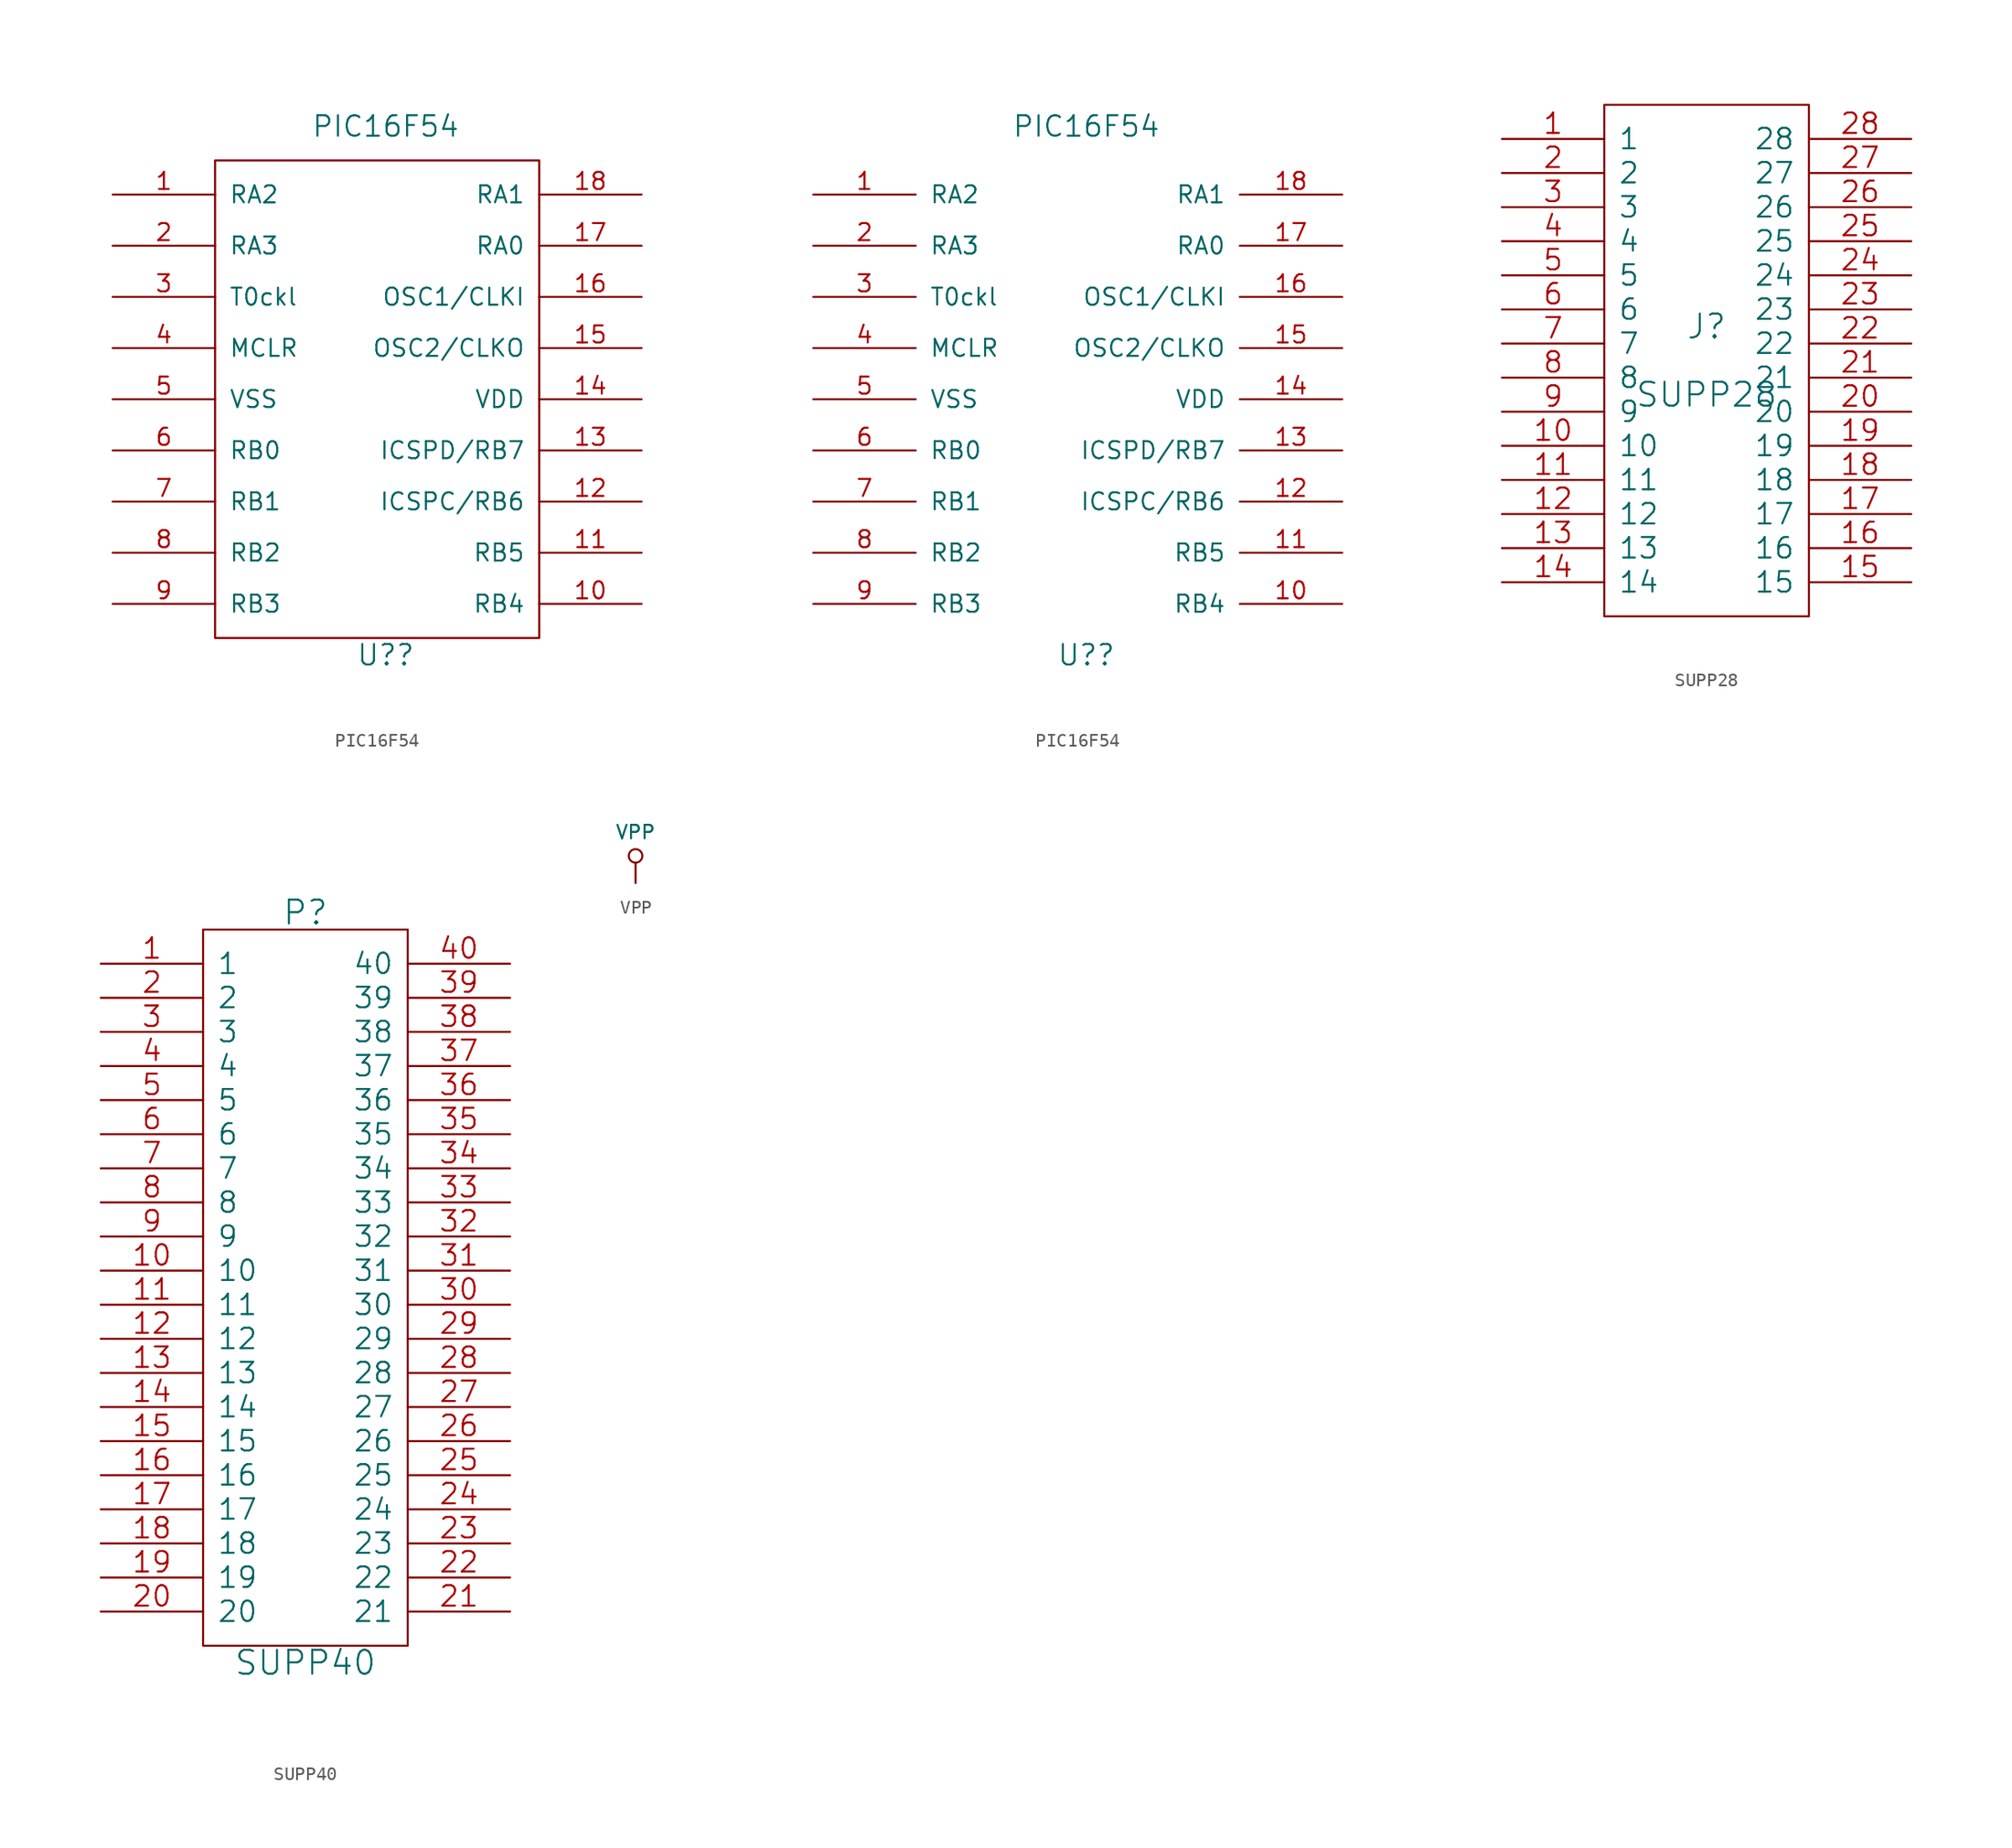
<source format=kicad_sym>
(kicad_symbol_lib
  (version 20241209)
  (generator "kicad_symbol_editor")
  (generator_version "9.0")
  (symbol "PIC16F54"
    (pin_names
      (offset 1.016))
    (property "Reference" "U?"
      (at 0 -19.05 0)
      (effects (font (size 1.524 1.524))))
    (property "Value" "PIC16F54"
      (at 0 20.32 0)
      (effects (font (size 1.524 1.524))))
    (property "Footprint" ""
      (at 0 0 0)
      (effects (font (size 1.524 1.524))))
    (property "Datasheet" ""
      (at 0 0 0)
      (effects (font (size 1.524 1.524))))
    (symbol "PIC16F54_0_1"
      (rectangle (start -12.7 17.78) (end 11.43 -17.78) (stroke (width 0) (type default)) (fill (type none))))
    (symbol "PIC16F54_1_1"
      (pin bidirectional line (at -20.32 15.24 0) (length 7.62) (name "RA2" (effects (font (size 1.27 1.27)))) (number "1" (effects (font (size 1.27 1.27)))))
      (pin bidirectional line (at -20.32 11.43 0) (length 7.62) (name "RA3" (effects (font (size 1.27 1.27)))) (number "2" (effects (font (size 1.27 1.27)))))
      (pin output line (at -20.32 7.62 0) (length 7.62) (name "T0ckl" (effects (font (size 1.27 1.27)))) (number "3" (effects (font (size 1.27 1.27)))))
      (pin input line (at -20.32 3.81 0) (length 7.62) (name "MCLR" (effects (font (size 1.27 1.27)))) (number "4" (effects (font (size 1.27 1.27)))))
      (pin power_in line (at -20.32 0 0) (length 7.62) (name "VSS" (effects (font (size 1.27 1.27)))) (number "5" (effects (font (size 1.27 1.27)))))
      (pin bidirectional line (at -20.32 -3.81 0) (length 7.62) (name "RB0" (effects (font (size 1.27 1.27)))) (number "6" (effects (font (size 1.27 1.27)))))
      (pin bidirectional line (at -20.32 -7.62 0) (length 7.62) (name "RB1" (effects (font (size 1.27 1.27)))) (number "7" (effects (font (size 1.27 1.27)))))
      (pin bidirectional line (at -20.32 -11.43 0) (length 7.62) (name "RB2" (effects (font (size 1.27 1.27)))) (number "8" (effects (font (size 1.27 1.27)))))
      (pin bidirectional line (at -20.32 -15.24 0) (length 7.62) (name "RB3" (effects (font (size 1.27 1.27)))) (number "9" (effects (font (size 1.27 1.27)))))
      (pin bidirectional line (at 19.05 15.24 180) (length 7.62) (name "RA1" (effects (font (size 1.27 1.27)))) (number "18" (effects (font (size 1.27 1.27)))))
      (pin bidirectional line (at 19.05 11.43 180) (length 7.62) (name "RA0" (effects (font (size 1.27 1.27)))) (number "17" (effects (font (size 1.27 1.27)))))
      (pin input line (at 19.05 7.62 180) (length 7.62) (name "OSC1/CLKI" (effects (font (size 1.27 1.27)))) (number "16" (effects (font (size 1.27 1.27)))))
      (pin output line (at 19.05 3.81 180) (length 7.62) (name "OSC2/CLKO" (effects (font (size 1.27 1.27)))) (number "15" (effects (font (size 1.27 1.27)))))
      (pin power_in line (at 19.05 0 180) (length 7.62) (name "VDD" (effects (font (size 1.27 1.27)))) (number "14" (effects (font (size 1.27 1.27)))))
      (pin bidirectional line (at 19.05 -3.81 180) (length 7.62) (name "ICSPD/RB7" (effects (font (size 1.27 1.27)))) (number "13" (effects (font (size 1.27 1.27)))))
      (pin bidirectional line (at 19.05 -7.62 180) (length 7.62) (name "ICSPC/RB6" (effects (font (size 1.27 1.27)))) (number "12" (effects (font (size 1.27 1.27)))))
      (pin bidirectional line (at 19.05 -11.43 180) (length 7.62) (name "RB5" (effects (font (size 1.27 1.27)))) (number "11" (effects (font (size 1.27 1.27)))))
      (pin bidirectional line (at 19.05 -15.24 180) (length 7.62) (name "RB4" (effects (font (size 1.27 1.27)))) (number "10" (effects (font (size 1.27 1.27))))))
    (symbol "PIC16F54_1_2"
      (pin bidirectional line (at -20.32 15.24 0) (length 7.62) (name "RA2" (effects (font (size 1.27 1.27)))) (number "1" (effects (font (size 1.27 1.27)))))
      (pin bidirectional line (at -20.32 11.43 0) (length 7.62) (name "RA3" (effects (font (size 1.27 1.27)))) (number "2" (effects (font (size 1.27 1.27)))))
      (pin output line (at -20.32 7.62 0) (length 7.62) (name "T0ckl" (effects (font (size 1.27 1.27)))) (number "3" (effects (font (size 1.27 1.27)))))
      (pin input line (at -20.32 3.81 0) (length 7.62) (name "MCLR" (effects (font (size 1.27 1.27)))) (number "4" (effects (font (size 1.27 1.27)))))
      (pin power_in line (at -20.32 0 0) (length 7.62) (name "VSS" (effects (font (size 1.27 1.27)))) (number "5" (effects (font (size 1.27 1.27)))))
      (pin bidirectional line (at -20.32 -3.81 0) (length 7.62) (name "RB0" (effects (font (size 1.27 1.27)))) (number "6" (effects (font (size 1.27 1.27)))))
      (pin bidirectional line (at -20.32 -7.62 0) (length 7.62) (name "RB1" (effects (font (size 1.27 1.27)))) (number "7" (effects (font (size 1.27 1.27)))))
      (pin bidirectional line (at -20.32 -11.43 0) (length 7.62) (name "RB2" (effects (font (size 1.27 1.27)))) (number "8" (effects (font (size 1.27 1.27)))))
      (pin bidirectional line (at -20.32 -15.24 0) (length 7.62) (name "RB3" (effects (font (size 1.27 1.27)))) (number "9" (effects (font (size 1.27 1.27)))))
      (pin bidirectional line (at 19.05 15.24 180) (length 7.62) (name "RA1" (effects (font (size 1.27 1.27)))) (number "18" (effects (font (size 1.27 1.27)))))
      (pin bidirectional line (at 19.05 11.43 180) (length 7.62) (name "RA0" (effects (font (size 1.27 1.27)))) (number "17" (effects (font (size 1.27 1.27)))))
      (pin input line (at 19.05 7.62 180) (length 7.62) (name "OSC1/CLKI" (effects (font (size 1.27 1.27)))) (number "16" (effects (font (size 1.27 1.27)))))
      (pin output line (at 19.05 3.81 180) (length 7.62) (name "OSC2/CLKO" (effects (font (size 1.27 1.27)))) (number "15" (effects (font (size 1.27 1.27)))))
      (pin power_in line (at 19.05 0 180) (length 7.62) (name "VDD" (effects (font (size 1.27 1.27)))) (number "14" (effects (font (size 1.27 1.27)))))
      (pin bidirectional line (at 19.05 -3.81 180) (length 7.62) (name "ICSPD/RB7" (effects (font (size 1.27 1.27)))) (number "13" (effects (font (size 1.27 1.27)))))
      (pin bidirectional line (at 19.05 -7.62 180) (length 7.62) (name "ICSPC/RB6" (effects (font (size 1.27 1.27)))) (number "12" (effects (font (size 1.27 1.27)))))
      (pin bidirectional line (at 19.05 -11.43 180) (length 7.62) (name "RB5" (effects (font (size 1.27 1.27)))) (number "11" (effects (font (size 1.27 1.27)))))
      (pin bidirectional line (at 19.05 -15.24 180) (length 7.62) (name "RB4" (effects (font (size 1.27 1.27)))) (number "10" (effects (font (size 1.27 1.27)))))))
  (symbol "SUPP28"
    (pin_names
      (offset 1.016))
    (property "Reference" "J"
      (at 0 2.54 0)
      (effects (font (size 1.778 1.778))))
    (property "Value" "SUPP28"
      (at 0 -2.54 0)
      (effects (font (size 1.778 1.778))))
    (property "Footprint" ""
      (at 0 0 0)
      (effects (font (size 1.524 1.524))))
    (property "Datasheet" ""
      (at 0 0 0)
      (effects (font (size 1.524 1.524))))
    (symbol "SUPP28_0_1"
      (rectangle (start -7.62 -19.05) (end 7.62 19.05) (stroke (width 0) (type default)) (fill (type none))))
    (symbol "SUPP28_1_1"
      (pin passive line (at -15.24 16.51 0) (length 7.62) (name "1" (effects (font (size 1.524 1.524)))) (number "1" (effects (font (size 1.524 1.524)))))
      (pin passive line (at -15.24 13.97 0) (length 7.62) (name "2" (effects (font (size 1.524 1.524)))) (number "2" (effects (font (size 1.524 1.524)))))
      (pin passive line (at -15.24 11.43 0) (length 7.62) (name "3" (effects (font (size 1.524 1.524)))) (number "3" (effects (font (size 1.524 1.524)))))
      (pin passive line (at -15.24 8.89 0) (length 7.62) (name "4" (effects (font (size 1.524 1.524)))) (number "4" (effects (font (size 1.524 1.524)))))
      (pin passive line (at -15.24 6.35 0) (length 7.62) (name "5" (effects (font (size 1.524 1.524)))) (number "5" (effects (font (size 1.524 1.524)))))
      (pin passive line (at -15.24 3.81 0) (length 7.62) (name "6" (effects (font (size 1.524 1.524)))) (number "6" (effects (font (size 1.524 1.524)))))
      (pin passive line (at -15.24 1.27 0) (length 7.62) (name "7" (effects (font (size 1.524 1.524)))) (number "7" (effects (font (size 1.524 1.524)))))
      (pin passive line (at -15.24 -1.27 0) (length 7.62) (name "8" (effects (font (size 1.524 1.524)))) (number "8" (effects (font (size 1.524 1.524)))))
      (pin passive line (at -15.24 -3.81 0) (length 7.62) (name "9" (effects (font (size 1.524 1.524)))) (number "9" (effects (font (size 1.524 1.524)))))
      (pin passive line (at -15.24 -6.35 0) (length 7.62) (name "10" (effects (font (size 1.524 1.524)))) (number "10" (effects (font (size 1.524 1.524)))))
      (pin passive line (at -15.24 -8.89 0) (length 7.62) (name "11" (effects (font (size 1.524 1.524)))) (number "11" (effects (font (size 1.524 1.524)))))
      (pin passive line (at -15.24 -11.43 0) (length 7.62) (name "12" (effects (font (size 1.524 1.524)))) (number "12" (effects (font (size 1.524 1.524)))))
      (pin passive line (at -15.24 -13.97 0) (length 7.62) (name "13" (effects (font (size 1.524 1.524)))) (number "13" (effects (font (size 1.524 1.524)))))
      (pin passive line (at -15.24 -16.51 0) (length 7.62) (name "14" (effects (font (size 1.524 1.524)))) (number "14" (effects (font (size 1.524 1.524)))))
      (pin passive line (at 15.24 16.51 180) (length 7.62) (name "28" (effects (font (size 1.524 1.524)))) (number "28" (effects (font (size 1.524 1.524)))))
      (pin passive line (at 15.24 13.97 180) (length 7.62) (name "27" (effects (font (size 1.524 1.524)))) (number "27" (effects (font (size 1.524 1.524)))))
      (pin passive line (at 15.24 11.43 180) (length 7.62) (name "26" (effects (font (size 1.524 1.524)))) (number "26" (effects (font (size 1.524 1.524)))))
      (pin passive line (at 15.24 8.89 180) (length 7.62) (name "25" (effects (font (size 1.524 1.524)))) (number "25" (effects (font (size 1.524 1.524)))))
      (pin passive line (at 15.24 6.35 180) (length 7.62) (name "24" (effects (font (size 1.524 1.524)))) (number "24" (effects (font (size 1.524 1.524)))))
      (pin passive line (at 15.24 3.81 180) (length 7.62) (name "23" (effects (font (size 1.524 1.524)))) (number "23" (effects (font (size 1.524 1.524)))))
      (pin passive line (at 15.24 1.27 180) (length 7.62) (name "22" (effects (font (size 1.524 1.524)))) (number "22" (effects (font (size 1.524 1.524)))))
      (pin passive line (at 15.24 -1.27 180) (length 7.62) (name "21" (effects (font (size 1.524 1.524)))) (number "21" (effects (font (size 1.524 1.524)))))
      (pin passive line (at 15.24 -3.81 180) (length 7.62) (name "20" (effects (font (size 1.524 1.524)))) (number "20" (effects (font (size 1.524 1.524)))))
      (pin passive line (at 15.24 -6.35 180) (length 7.62) (name "19" (effects (font (size 1.524 1.524)))) (number "19" (effects (font (size 1.524 1.524)))))
      (pin passive line (at 15.24 -8.89 180) (length 7.62) (name "18" (effects (font (size 1.524 1.524)))) (number "18" (effects (font (size 1.524 1.524)))))
      (pin passive line (at 15.24 -11.43 180) (length 7.62) (name "17" (effects (font (size 1.524 1.524)))) (number "17" (effects (font (size 1.524 1.524)))))
      (pin passive line (at 15.24 -13.97 180) (length 7.62) (name "16" (effects (font (size 1.524 1.524)))) (number "16" (effects (font (size 1.524 1.524)))))
      (pin passive line (at 15.24 -16.51 180) (length 7.62) (name "15" (effects (font (size 1.524 1.524)))) (number "15" (effects (font (size 1.524 1.524)))))))
  (symbol "SUPP40"
    (pin_names
      (offset 1.016))
    (property "Reference" "P"
      (at 0 27.94 0)
      (effects (font (size 1.778 1.778))))
    (property "Value" "SUPP40"
      (at 0 -27.94 0)
      (effects (font (size 1.778 1.778))))
    (property "Footprint" ""
      (at 0 0 0)
      (effects (font (size 1.524 1.524))))
    (property "Datasheet" ""
      (at 0 0 0)
      (effects (font (size 1.524 1.524))))
    (symbol "SUPP40_0_1"
      (rectangle (start -7.62 -26.67) (end 7.62 26.67) (stroke (width 0) (type default)) (fill (type none))))
    (symbol "SUPP40_1_1"
      (pin passive line (at -15.24 24.13 0) (length 7.62) (name "1" (effects (font (size 1.524 1.524)))) (number "1" (effects (font (size 1.524 1.524)))))
      (pin passive line (at -15.24 21.59 0) (length 7.62) (name "2" (effects (font (size 1.524 1.524)))) (number "2" (effects (font (size 1.524 1.524)))))
      (pin passive line (at -15.24 19.05 0) (length 7.62) (name "3" (effects (font (size 1.524 1.524)))) (number "3" (effects (font (size 1.524 1.524)))))
      (pin passive line (at -15.24 16.51 0) (length 7.62) (name "4" (effects (font (size 1.524 1.524)))) (number "4" (effects (font (size 1.524 1.524)))))
      (pin passive line (at -15.24 13.97 0) (length 7.62) (name "5" (effects (font (size 1.524 1.524)))) (number "5" (effects (font (size 1.524 1.524)))))
      (pin passive line (at -15.24 11.43 0) (length 7.62) (name "6" (effects (font (size 1.524 1.524)))) (number "6" (effects (font (size 1.524 1.524)))))
      (pin passive line (at -15.24 8.89 0) (length 7.62) (name "7" (effects (font (size 1.524 1.524)))) (number "7" (effects (font (size 1.524 1.524)))))
      (pin passive line (at -15.24 6.35 0) (length 7.62) (name "8" (effects (font (size 1.524 1.524)))) (number "8" (effects (font (size 1.524 1.524)))))
      (pin passive line (at -15.24 3.81 0) (length 7.62) (name "9" (effects (font (size 1.524 1.524)))) (number "9" (effects (font (size 1.524 1.524)))))
      (pin passive line (at -15.24 1.27 0) (length 7.62) (name "10" (effects (font (size 1.524 1.524)))) (number "10" (effects (font (size 1.524 1.524)))))
      (pin passive line (at -15.24 -1.27 0) (length 7.62) (name "11" (effects (font (size 1.524 1.524)))) (number "11" (effects (font (size 1.524 1.524)))))
      (pin passive line (at -15.24 -3.81 0) (length 7.62) (name "12" (effects (font (size 1.524 1.524)))) (number "12" (effects (font (size 1.524 1.524)))))
      (pin passive line (at -15.24 -6.35 0) (length 7.62) (name "13" (effects (font (size 1.524 1.524)))) (number "13" (effects (font (size 1.524 1.524)))))
      (pin passive line (at -15.24 -8.89 0) (length 7.62) (name "14" (effects (font (size 1.524 1.524)))) (number "14" (effects (font (size 1.524 1.524)))))
      (pin passive line (at -15.24 -11.43 0) (length 7.62) (name "15" (effects (font (size 1.524 1.524)))) (number "15" (effects (font (size 1.524 1.524)))))
      (pin passive line (at -15.24 -13.97 0) (length 7.62) (name "16" (effects (font (size 1.524 1.524)))) (number "16" (effects (font (size 1.524 1.524)))))
      (pin passive line (at -15.24 -16.51 0) (length 7.62) (name "17" (effects (font (size 1.524 1.524)))) (number "17" (effects (font (size 1.524 1.524)))))
      (pin passive line (at -15.24 -19.05 0) (length 7.62) (name "18" (effects (font (size 1.524 1.524)))) (number "18" (effects (font (size 1.524 1.524)))))
      (pin passive line (at -15.24 -21.59 0) (length 7.62) (name "19" (effects (font (size 1.524 1.524)))) (number "19" (effects (font (size 1.524 1.524)))))
      (pin passive line (at -15.24 -24.13 0) (length 7.62) (name "20" (effects (font (size 1.524 1.524)))) (number "20" (effects (font (size 1.524 1.524)))))
      (pin passive line (at 15.24 24.13 180) (length 7.62) (name "40" (effects (font (size 1.524 1.524)))) (number "40" (effects (font (size 1.524 1.524)))))
      (pin passive line (at 15.24 21.59 180) (length 7.62) (name "39" (effects (font (size 1.524 1.524)))) (number "39" (effects (font (size 1.524 1.524)))))
      (pin passive line (at 15.24 19.05 180) (length 7.62) (name "38" (effects (font (size 1.524 1.524)))) (number "38" (effects (font (size 1.524 1.524)))))
      (pin passive line (at 15.24 16.51 180) (length 7.62) (name "37" (effects (font (size 1.524 1.524)))) (number "37" (effects (font (size 1.524 1.524)))))
      (pin passive line (at 15.24 13.97 180) (length 7.62) (name "36" (effects (font (size 1.524 1.524)))) (number "36" (effects (font (size 1.524 1.524)))))
      (pin passive line (at 15.24 11.43 180) (length 7.62) (name "35" (effects (font (size 1.524 1.524)))) (number "35" (effects (font (size 1.524 1.524)))))
      (pin passive line (at 15.24 8.89 180) (length 7.62) (name "34" (effects (font (size 1.524 1.524)))) (number "34" (effects (font (size 1.524 1.524)))))
      (pin passive line (at 15.24 6.35 180) (length 7.62) (name "33" (effects (font (size 1.524 1.524)))) (number "33" (effects (font (size 1.524 1.524)))))
      (pin passive line (at 15.24 3.81 180) (length 7.62) (name "32" (effects (font (size 1.524 1.524)))) (number "32" (effects (font (size 1.524 1.524)))))
      (pin passive line (at 15.24 1.27 180) (length 7.62) (name "31" (effects (font (size 1.524 1.524)))) (number "31" (effects (font (size 1.524 1.524)))))
      (pin passive line (at 15.24 -1.27 180) (length 7.62) (name "30" (effects (font (size 1.524 1.524)))) (number "30" (effects (font (size 1.524 1.524)))))
      (pin passive line (at 15.24 -3.81 180) (length 7.62) (name "29" (effects (font (size 1.524 1.524)))) (number "29" (effects (font (size 1.524 1.524)))))
      (pin passive line (at 15.24 -6.35 180) (length 7.62) (name "28" (effects (font (size 1.524 1.524)))) (number "28" (effects (font (size 1.524 1.524)))))
      (pin passive line (at 15.24 -8.89 180) (length 7.62) (name "27" (effects (font (size 1.524 1.524)))) (number "27" (effects (font (size 1.524 1.524)))))
      (pin passive line (at 15.24 -11.43 180) (length 7.62) (name "26" (effects (font (size 1.524 1.524)))) (number "26" (effects (font (size 1.524 1.524)))))
      (pin passive line (at 15.24 -13.97 180) (length 7.62) (name "25" (effects (font (size 1.524 1.524)))) (number "25" (effects (font (size 1.524 1.524)))))
      (pin passive line (at 15.24 -16.51 180) (length 7.62) (name "24" (effects (font (size 1.524 1.524)))) (number "24" (effects (font (size 1.524 1.524)))))
      (pin passive line (at 15.24 -19.05 180) (length 7.62) (name "23" (effects (font (size 1.524 1.524)))) (number "23" (effects (font (size 1.524 1.524)))))
      (pin passive line (at 15.24 -21.59 180) (length 7.62) (name "22" (effects (font (size 1.524 1.524)))) (number "22" (effects (font (size 1.524 1.524)))))
      (pin passive line (at 15.24 -24.13 180) (length 7.62) (name "21" (effects (font (size 1.524 1.524)))) (number "21" (effects (font (size 1.524 1.524)))))))
  (symbol "VPP"
    (pin_names
      (offset 0))
    (property "Reference" "#PWR"
      (at 0 5.08 0)
      (effects (font (size 1.016 1.016)) (hide yes)))
    (property "Value" "VPP"
      (at 0 3.81 0)
      (effects (font (size 1.016 1.016))))
    (property "Footprint" ""
      (at 0 0 0)
      (effects (font (size 1.524 1.524))))
    (property "Datasheet" ""
      (at 0 0 0)
      (effects (font (size 1.524 1.524))))
    (symbol "VPP_0_0"
      (pin power_in line (at 0 0 90) (length 0) (hide yes) (name "VPP" (effects (font (size 1.016 1.016)))) (number "1" (effects (font (size 1.016 1.016))))))
    (symbol "VPP_0_1"
      (circle (center 0 2.032) (radius 0.508) (stroke (width 0) (type default)) (fill (type none)))
      (polyline (pts (xy 0 1.524) (xy 0 0)) (stroke (width 0) (type default)) (fill (type none))))))
</source>
